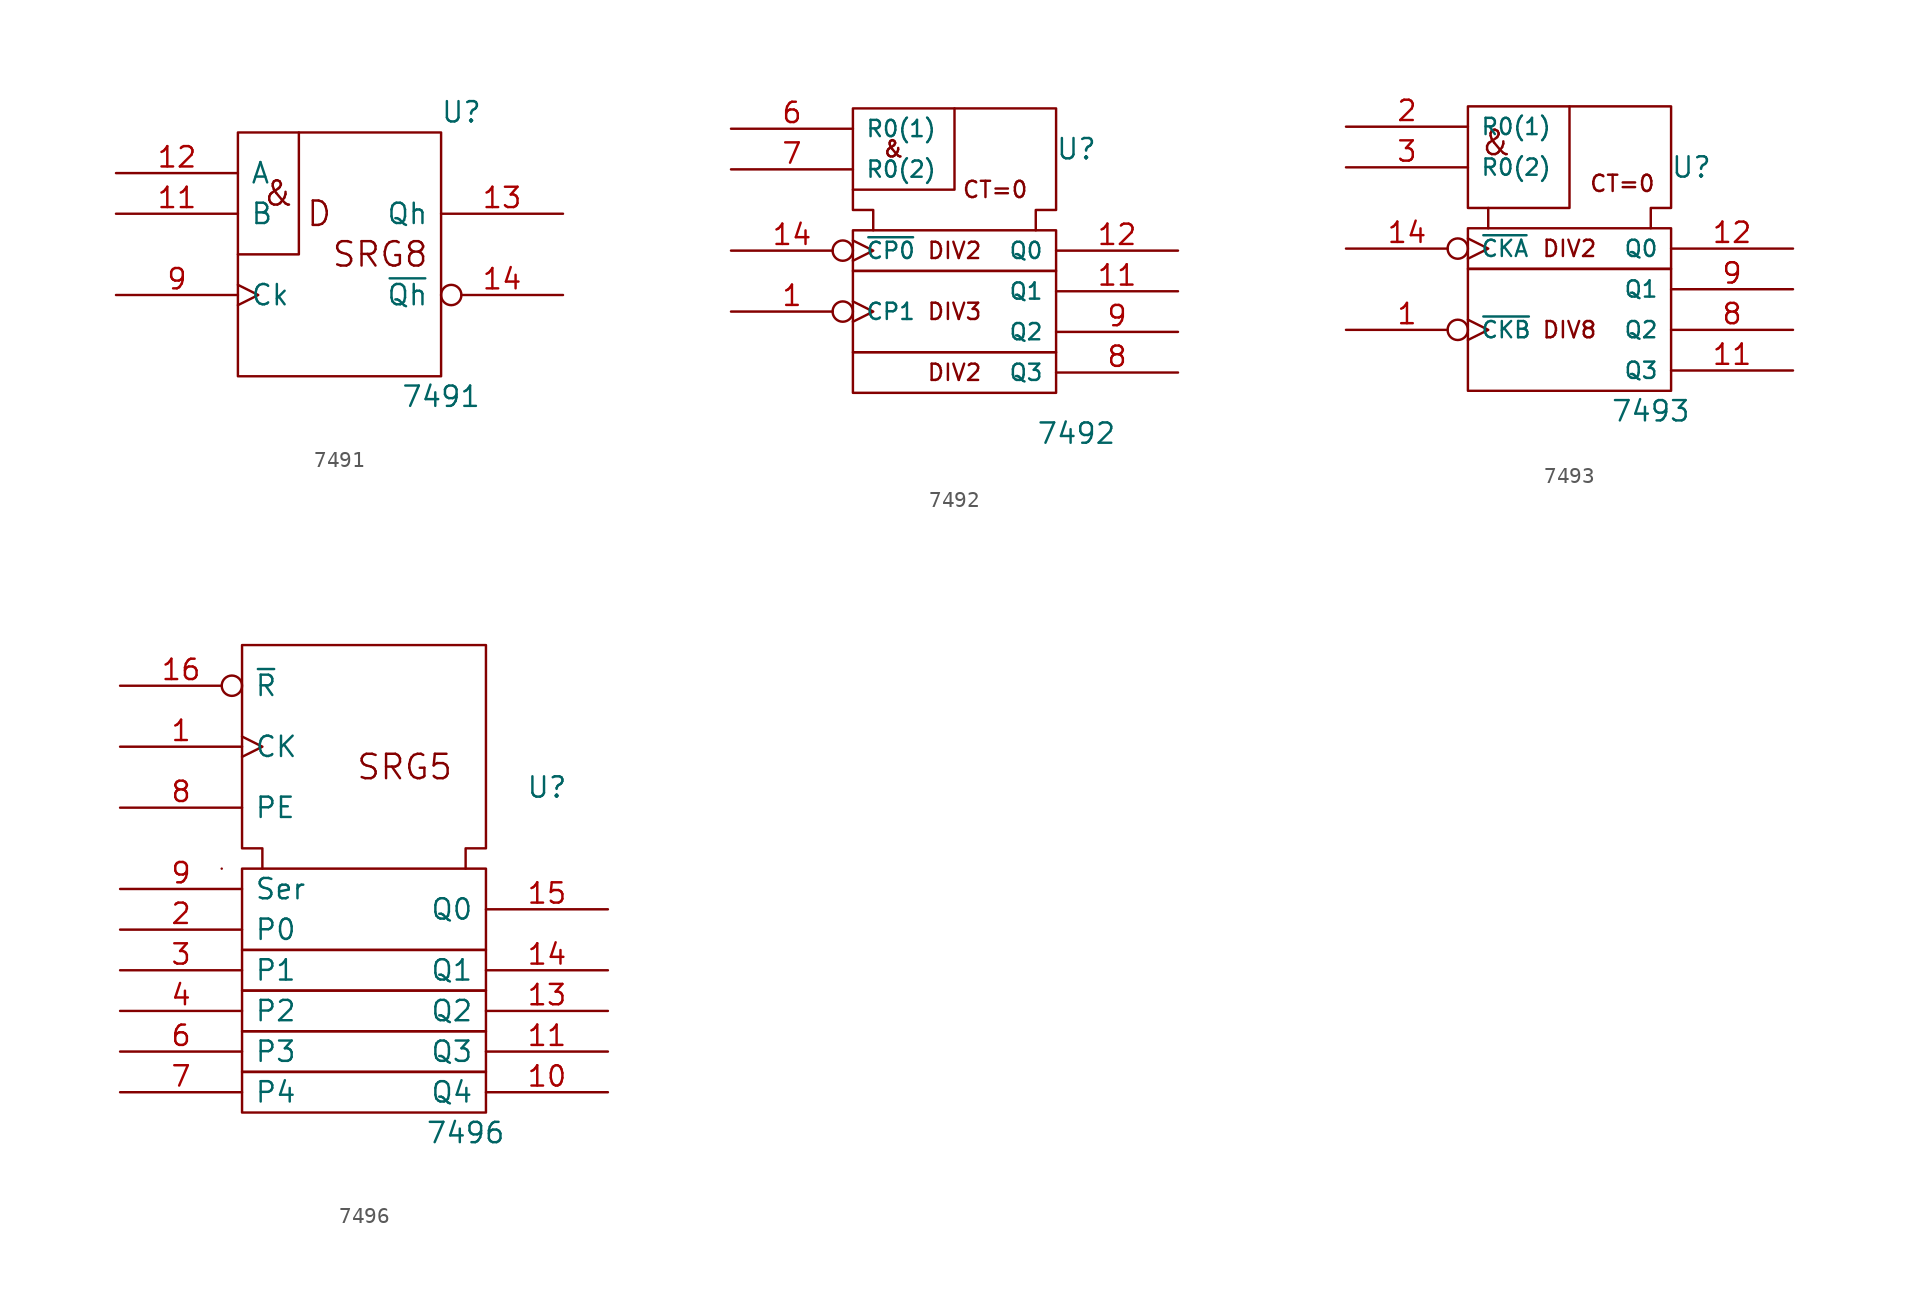
<source format=kicad_sym>
(kicad_symbol_lib
  (version 20231120)
  (generator "kicad_symbol_editor")
  (generator_version "8.0")
  (symbol "7491"
    (pin_names
      (offset 0.762))
    (property "Reference" "U"
      (at 7.62 8.89 0)
      (effects (font (size 1.27 1.27))))
    (property "Value" "7491"
      (at 6.35 -8.89 0)
      (effects (font (size 1.27 1.27))))
    (symbol "7491_0_0"
      (text "&" (at -3.81 3.81 0) (effects (font (size 1.524 1.524))))
      (text "D" (at -1.27 2.54 0) (effects (font (size 1.524 1.524))))
      (text "SRG8" (at 2.54 0 0) (effects (font (size 1.524 1.524))))
      (pin power_in line (at 0 -7.62 90) (length 0) hide (name "GND" (effects (font (size 1.27 1.27)))) (number "10" (effects (font (size 1.27 1.27)))))
      (pin power_in line (at 0 7.62 270) (length 0) hide (name "VCC" (effects (font (size 1.27 1.27)))) (number "5" (effects (font (size 1.27 1.27))))))
    (symbol "7491_0_1"
      (rectangle (start -6.35 7.62) (end 6.35 -7.62) (stroke (width 0) (type default)) (fill (type none)))
      (polyline (pts (xy -2.54 7.62) (xy -2.54 0) (xy -6.35 0) (xy -6.35 0)) (stroke (width 0) (type default)) (fill (type none))))
    (symbol "7491_1_1"
      (pin input line (at -13.97 2.54 0) (length 7.62) (name "B" (effects (font (size 1.27 1.27)))) (number "11" (effects (font (size 1.27 1.27)))))
      (pin input line (at -13.97 5.08 0) (length 7.62) (name "A" (effects (font (size 1.27 1.27)))) (number "12" (effects (font (size 1.27 1.27)))))
      (pin output line (at 13.97 2.54 180) (length 7.62) (name "Qh" (effects (font (size 1.27 1.27)))) (number "13" (effects (font (size 1.27 1.27)))))
      (pin output inverted (at 13.97 -2.54 180) (length 7.62) (name "~{Qh}" (effects (font (size 1.27 1.27)))) (number "14" (effects (font (size 1.27 1.27)))))
      (pin input clock (at -13.97 -2.54 0) (length 7.62) (name "Ck" (effects (font (size 1.27 1.27)))) (number "9" (effects (font (size 1.27 1.27)))))))
  (symbol "7492"
    (pin_names
      (offset 0.762))
    (property "Reference" "U"
      (at 7.62 6.35 0)
      (effects (font (size 1.27 1.27))))
    (property "Value" "7492"
      (at 7.62 -11.43 0)
      (effects (font (size 1.27 1.27))))
    (symbol "7492_0_0"
      (rectangle (start -6.35 -6.35) (end 6.35 -8.89) (stroke (width 0) (type default)) (fill (type none)))
      (rectangle (start -6.35 -1.27) (end 6.35 -6.35) (stroke (width 0) (type default)) (fill (type none)))
      (rectangle (start -6.35 1.27) (end 6.35 -1.27) (stroke (width 0) (type default)) (fill (type none)))
      (polyline (pts (xy 0 8.89) (xy 0 3.81) (xy -6.35 3.81) (xy -6.35 3.81)) (stroke (width 0) (type default)) (fill (type none)))
      (polyline (pts (xy -5.08 1.27) (xy -5.08 2.54) (xy -6.35 2.54) (xy -6.35 8.89) (xy 6.35 8.89) (xy 6.35 2.54) (xy 5.08 2.54) (xy 5.08 1.27) (xy 5.08 1.27)) (stroke (width 0) (type default)) (fill (type none)))
      (text "&" (at -3.81 6.35 0) (effects (font (size 1.016 1.016))))
      (text "CT=0" (at 2.54 3.81 0) (effects (font (size 1.016 1.016))))
      (text "DIV2" (at 0 -7.62 0) (effects (font (size 1.016 1.016))))
      (text "DIV2" (at 0 0 0) (effects (font (size 1.016 1.016))))
      (text "DIV3" (at 0 -3.81 0) (effects (font (size 1.016 1.016))))
      (pin input line (at 2.54 8.89 270) (length 0) hide (name "GND" (effects (font (size 1.016 1.016)))) (number "10" (effects (font (size 1.27 1.27)))))
      (pin power_in line (at 5.08 8.89 270) (length 0) hide (name "VCC" (effects (font (size 1.016 1.016)))) (number "5" (effects (font (size 1.27 1.27))))))
    (symbol "7492_1_1"
      (pin input inverted_clock (at -13.97 -3.81 0) (length 7.62) (name "CP1" (effects (font (size 1.016 1.016)))) (number "1" (effects (font (size 1.27 1.27)))))
      (pin output line (at 13.97 -2.54 180) (length 7.62) (name "Q1" (effects (font (size 1.016 1.016)))) (number "11" (effects (font (size 1.27 1.27)))))
      (pin output line (at 13.97 0 180) (length 7.62) (name "Q0" (effects (font (size 1.016 1.016)))) (number "12" (effects (font (size 1.27 1.27)))))
      (pin input inverted_clock (at -13.97 0 0) (length 7.62) (name "~{CP0}" (effects (font (size 1.016 1.016)))) (number "14" (effects (font (size 1.27 1.27)))))
      (pin input line (at -13.97 7.62 0) (length 7.62) (name "R0(1)" (effects (font (size 1.016 1.016)))) (number "6" (effects (font (size 1.27 1.27)))))
      (pin input line (at -13.97 5.08 0) (length 7.62) (name "R0(2)" (effects (font (size 1.016 1.016)))) (number "7" (effects (font (size 1.27 1.27)))))
      (pin output line (at 13.97 -7.62 180) (length 7.62) (name "Q3" (effects (font (size 1.016 1.016)))) (number "8" (effects (font (size 1.27 1.27)))))
      (pin output line (at 13.97 -5.08 180) (length 7.62) (name "Q2" (effects (font (size 1.016 1.016)))) (number "9" (effects (font (size 1.27 1.27)))))))
  (symbol "7493"
    (pin_names
      (offset 0.762))
    (property "Reference" "U"
      (at 7.62 5.08 0)
      (effects (font (size 1.27 1.27))))
    (property "Value" "7493"
      (at 5.08 -10.16 0)
      (effects (font (size 1.27 1.27))))
    (symbol "7493_0_0"
      (rectangle (start -6.35 -1.27) (end 6.35 -8.89) (stroke (width 0) (type default)) (fill (type none)))
      (rectangle (start -6.35 1.27) (end 6.35 -1.27) (stroke (width 0) (type default)) (fill (type none)))
      (polyline (pts (xy 0 8.89) (xy 0 2.54) (xy -5.08 2.54) (xy -5.08 2.54)) (stroke (width 0) (type default)) (fill (type none)))
      (polyline (pts (xy -5.08 1.27) (xy -5.08 2.54) (xy -6.35 2.54) (xy -6.35 8.89) (xy 6.35 8.89) (xy 6.35 2.54) (xy 5.08 2.54) (xy 5.08 1.27) (xy 5.08 1.27)) (stroke (width 0) (type default)) (fill (type none)))
      (text "&" (at -4.572 6.604 0) (effects (font (size 1.524 1.524))))
      (text "CT=0" (at 3.302 4.064 0) (effects (font (size 1.016 1.016))))
      (text "DIV2" (at 0 0 0) (effects (font (size 1.016 1.016))))
      (text "DIV8" (at 0 -5.08 0) (effects (font (size 1.016 1.016))))
      (pin input line (at 1.27 8.89 270) (length 0) hide (name "GND" (effects (font (size 1.016 1.016)))) (number "10" (effects (font (size 1.27 1.27)))))
      (pin power_in line (at 5.08 8.89 270) (length 0) hide (name "VCC" (effects (font (size 1.016 1.016)))) (number "5" (effects (font (size 1.27 1.27))))))
    (symbol "7493_1_1"
      (pin input inverted_clock (at -13.97 -5.08 0) (length 7.62) (name "~{CKB}" (effects (font (size 1.016 1.016)))) (number "1" (effects (font (size 1.27 1.27)))))
      (pin output line (at 13.97 -7.62 180) (length 7.62) (name "Q3" (effects (font (size 1.016 1.016)))) (number "11" (effects (font (size 1.27 1.27)))))
      (pin output line (at 13.97 0 180) (length 7.62) (name "Q0" (effects (font (size 1.016 1.016)))) (number "12" (effects (font (size 1.27 1.27)))))
      (pin input inverted_clock (at -13.97 0 0) (length 7.62) (name "~{CKA}" (effects (font (size 1.016 1.016)))) (number "14" (effects (font (size 1.27 1.27)))))
      (pin input line (at -13.97 7.62 0) (length 7.62) (name "R0(1)" (effects (font (size 1.016 1.016)))) (number "2" (effects (font (size 1.27 1.27)))))
      (pin input line (at -13.97 5.08 0) (length 7.62) (name "R0(2)" (effects (font (size 1.016 1.016)))) (number "3" (effects (font (size 1.27 1.27)))))
      (pin output line (at 13.97 -5.08 180) (length 7.62) (name "Q2" (effects (font (size 1.016 1.016)))) (number "8" (effects (font (size 1.27 1.27)))))
      (pin output line (at 13.97 -2.54 180) (length 7.62) (name "Q1" (effects (font (size 1.016 1.016)))) (number "9" (effects (font (size 1.27 1.27)))))))
  (symbol "7496"
    (pin_names
      (offset 0.762))
    (property "Reference" "U"
      (at 11.43 5.08 0)
      (effects (font (size 1.27 1.27))))
    (property "Value" "7496"
      (at 6.35 -16.51 0)
      (effects (font (size 1.27 1.27))))
    (symbol "7496_0_0"
      (polyline (pts (xy -8.89 0) (xy -8.89 0)) (stroke (width 0) (type default)) (fill (type none)))
      (text "SRG5" (at 2.54 6.35 0) (effects (font (size 1.524 1.524))))
      (pin power_in line (at 0 13.97 270) (length 0) hide (name "GND" (effects (font (size 1.27 1.27)))) (number "12" (effects (font (size 1.27 1.27)))))
      (pin power_in line (at 5.08 13.97 270) (length 0) hide (name "VCC" (effects (font (size 1.27 1.27)))) (number "5" (effects (font (size 1.27 1.27))))))
    (symbol "7496_0_1"
      (rectangle (start -7.62 -12.7) (end 7.62 -15.24) (stroke (width 0) (type default)) (fill (type none)))
      (rectangle (start -7.62 -10.16) (end 7.62 -12.7) (stroke (width 0) (type default)) (fill (type none)))
      (rectangle (start -7.62 -7.62) (end 7.62 -10.16) (stroke (width 0) (type default)) (fill (type none)))
      (rectangle (start -7.62 -5.08) (end 7.62 -7.62) (stroke (width 0) (type default)) (fill (type none)))
      (rectangle (start -7.62 0) (end 7.62 -5.08) (stroke (width 0) (type default)) (fill (type none)))
      (polyline (pts (xy -6.35 0) (xy -6.35 1.27) (xy -7.62 1.27) (xy -7.62 13.97) (xy 7.62 13.97) (xy 7.62 1.27) (xy 6.35 1.27) (xy 6.35 0) (xy 6.35 0)) (stroke (width 0) (type default)) (fill (type none))))
    (symbol "7496_1_1"
      (pin input clock (at -15.24 7.62 0) (length 7.62) (name "CK" (effects (font (size 1.27 1.27)))) (number "1" (effects (font (size 1.27 1.27)))))
      (pin output line (at 15.24 -13.97 180) (length 7.62) (name "Q4" (effects (font (size 1.27 1.27)))) (number "10" (effects (font (size 1.27 1.27)))))
      (pin output line (at 15.24 -11.43 180) (length 7.62) (name "Q3" (effects (font (size 1.27 1.27)))) (number "11" (effects (font (size 1.27 1.27)))))
      (pin output line (at 15.24 -8.89 180) (length 7.62) (name "Q2" (effects (font (size 1.27 1.27)))) (number "13" (effects (font (size 1.27 1.27)))))
      (pin output line (at 15.24 -6.35 180) (length 7.62) (name "Q1" (effects (font (size 1.27 1.27)))) (number "14" (effects (font (size 1.27 1.27)))))
      (pin output line (at 15.24 -2.54 180) (length 7.62) (name "Q0" (effects (font (size 1.27 1.27)))) (number "15" (effects (font (size 1.27 1.27)))))
      (pin input inverted (at -15.24 11.43 0) (length 7.62) (name "~{R}" (effects (font (size 1.27 1.27)))) (number "16" (effects (font (size 1.27 1.27)))))
      (pin input line (at -15.24 -3.81 0) (length 7.62) (name "P0" (effects (font (size 1.27 1.27)))) (number "2" (effects (font (size 1.27 1.27)))))
      (pin input line (at -15.24 -6.35 0) (length 7.62) (name "P1" (effects (font (size 1.27 1.27)))) (number "3" (effects (font (size 1.27 1.27)))))
      (pin input line (at -15.24 -8.89 0) (length 7.62) (name "P2" (effects (font (size 1.27 1.27)))) (number "4" (effects (font (size 1.27 1.27)))))
      (pin input line (at -15.24 -11.43 0) (length 7.62) (name "P3" (effects (font (size 1.27 1.27)))) (number "6" (effects (font (size 1.27 1.27)))))
      (pin input line (at -15.24 -13.97 0) (length 7.62) (name "P4" (effects (font (size 1.27 1.27)))) (number "7" (effects (font (size 1.27 1.27)))))
      (pin input line (at -15.24 3.81 0) (length 7.62) (name "PE" (effects (font (size 1.27 1.27)))) (number "8" (effects (font (size 1.27 1.27)))))
      (pin input line (at -15.24 -1.27 0) (length 7.62) (name "Ser" (effects (font (size 1.27 1.27)))) (number "9" (effects (font (size 1.27 1.27))))))))
</source>
